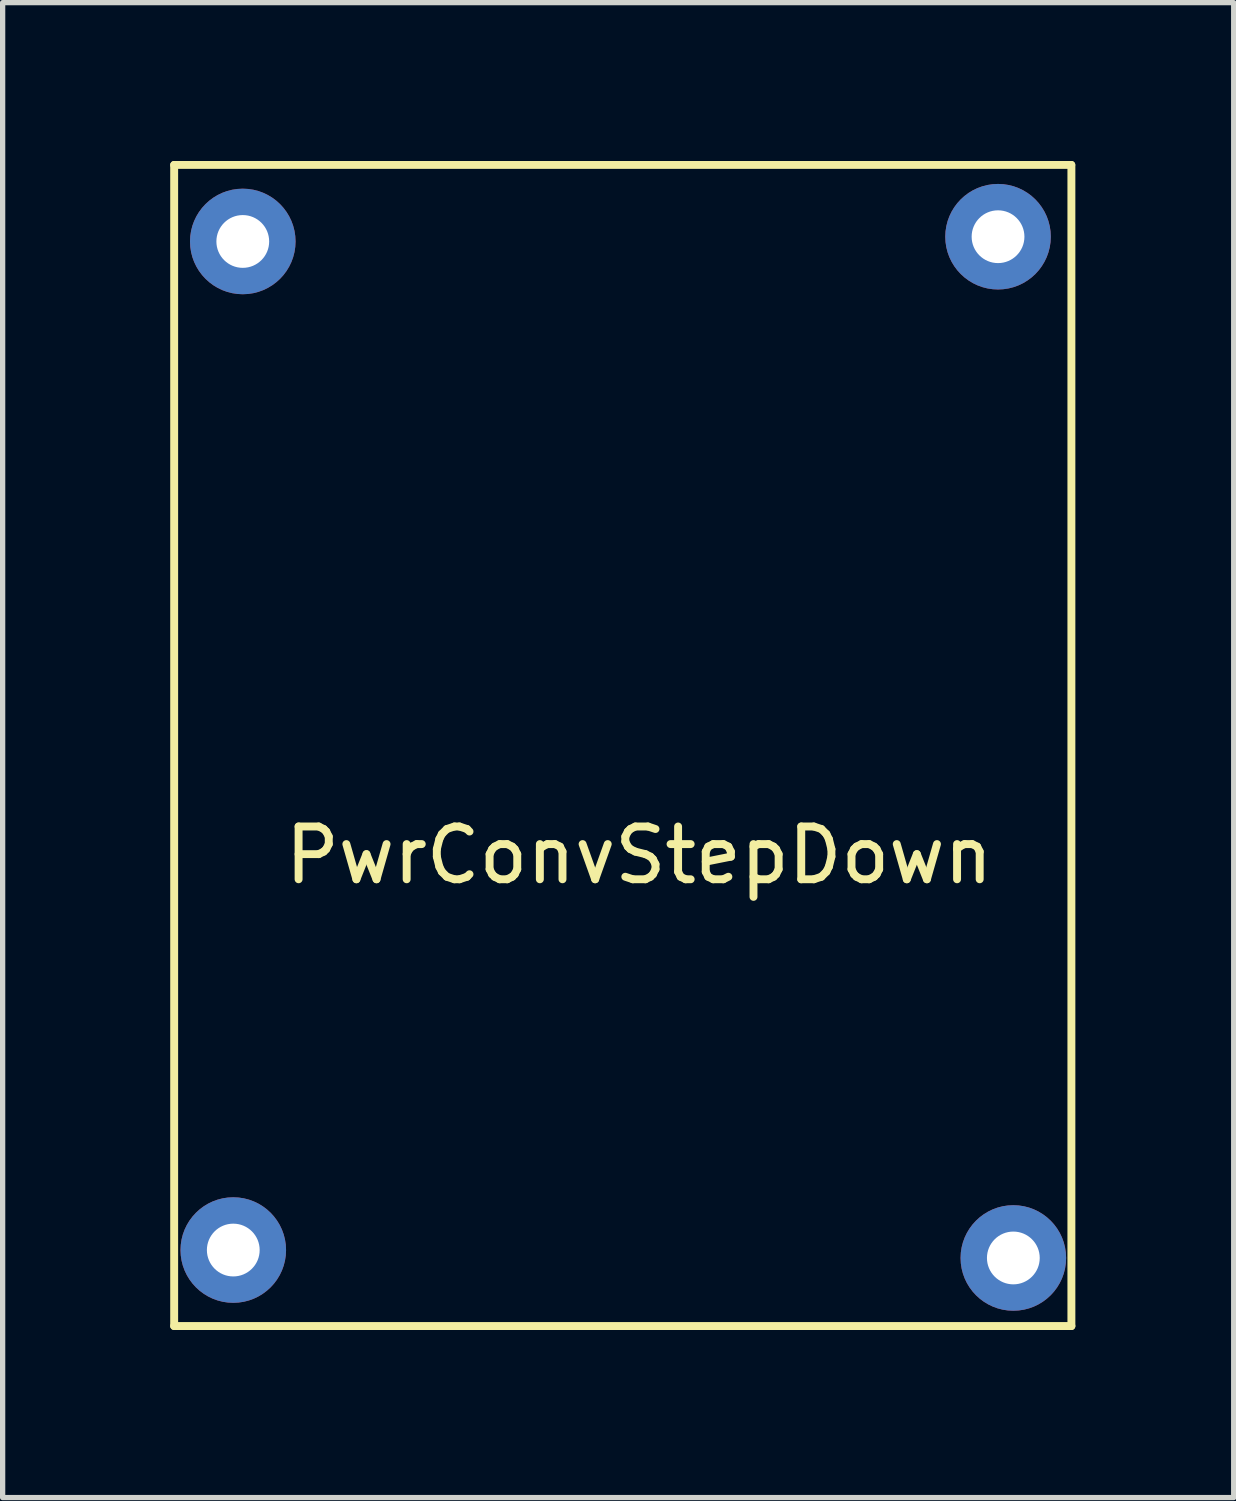
<source format=kicad_pcb>
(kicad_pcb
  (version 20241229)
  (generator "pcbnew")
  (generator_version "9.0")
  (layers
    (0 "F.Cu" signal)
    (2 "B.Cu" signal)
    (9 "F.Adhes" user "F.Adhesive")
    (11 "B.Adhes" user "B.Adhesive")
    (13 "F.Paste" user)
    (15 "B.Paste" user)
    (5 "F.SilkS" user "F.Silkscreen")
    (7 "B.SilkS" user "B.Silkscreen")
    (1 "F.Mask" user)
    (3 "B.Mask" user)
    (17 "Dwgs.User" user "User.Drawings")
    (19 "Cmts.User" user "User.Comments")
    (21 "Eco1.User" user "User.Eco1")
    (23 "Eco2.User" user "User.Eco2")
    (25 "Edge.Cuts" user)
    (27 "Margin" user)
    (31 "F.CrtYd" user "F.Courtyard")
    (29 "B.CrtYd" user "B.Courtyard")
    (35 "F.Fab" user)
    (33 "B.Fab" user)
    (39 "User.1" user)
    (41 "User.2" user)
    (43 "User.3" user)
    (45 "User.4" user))
  (footprint "PwrConvStepDown"
    (layer "F.Cu")
    (at 0.25 22.075)
    (property "Reference" "PwrConvStepDown" (at 8.81 -8.92 0) (layer "F.SilkS") (effects (font (size 1 1) (thickness 0.15))))
    (attr through_hole)
    (fp_line (start 0 -22) (end 16.997 -22) (stroke (width 0.15) (type solid)) (layer "F.SilkS"))
    (fp_line (start 0 0) (end 0 -22) (stroke (width 0.15) (type solid)) (layer "F.SilkS"))
    (fp_line (start 17 -22) (end 17 0) (stroke (width 0.15) (type solid)) (layer "F.SilkS"))
    (fp_line (start 17 0) (end 0 0) (stroke (width 0.15) (type solid)) (layer "F.SilkS"))
    (pad "1" thru_hole circle (at 1.3 -20.55) (size 2 2) (drill 1) (layers "*.Cu" "*.Mask"))
    (pad "2" thru_hole circle (at 15.61 -20.64) (size 2 2) (drill 1) (layers "*.Cu" "*.Mask"))
    (pad "3" thru_hole circle (at 1.12 -1.44) (size 2 2) (drill 1) (layers "*.Cu" "*.Mask"))
    (pad "4" thru_hole circle (at 15.9 -1.29) (size 2 2) (drill 1) (layers "*.Cu" "*.Mask")))
  (gr_rect
    (start -3 -3)
    (end 20.325 25.325)
    (stroke (width 0.1) (type default))
    (fill no)
    (layer "Edge.Cuts")))
</source>
